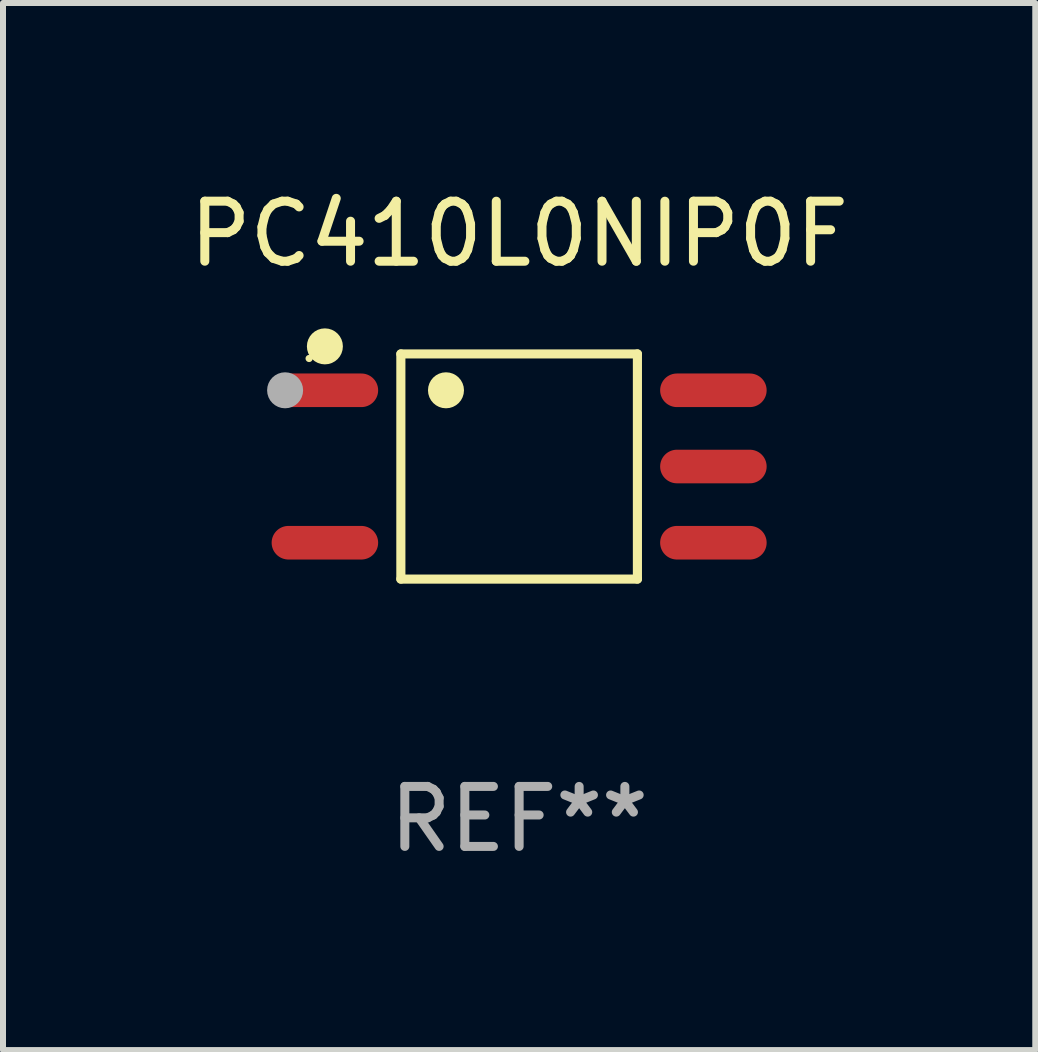
<source format=kicad_pcb>
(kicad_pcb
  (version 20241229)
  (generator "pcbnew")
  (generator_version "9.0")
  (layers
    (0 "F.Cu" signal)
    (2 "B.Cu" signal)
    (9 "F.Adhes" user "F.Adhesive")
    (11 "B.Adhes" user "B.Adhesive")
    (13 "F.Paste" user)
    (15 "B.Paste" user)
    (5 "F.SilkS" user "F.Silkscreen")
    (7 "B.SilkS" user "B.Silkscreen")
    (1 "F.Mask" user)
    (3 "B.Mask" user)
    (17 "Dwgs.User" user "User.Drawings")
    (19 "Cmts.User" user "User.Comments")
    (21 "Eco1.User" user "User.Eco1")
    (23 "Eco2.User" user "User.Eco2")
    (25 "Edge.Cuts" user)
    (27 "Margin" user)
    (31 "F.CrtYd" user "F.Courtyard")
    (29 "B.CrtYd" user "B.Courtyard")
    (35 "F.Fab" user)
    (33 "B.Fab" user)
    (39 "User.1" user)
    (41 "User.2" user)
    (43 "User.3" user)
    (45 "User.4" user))
  (footprint "PC410L0NIP0F"
    (layer "F.Cu")
    (at 5.601 4.724)
    (property "Reference" "PC410L0NIP0F" (at 0 -3.876 0) (layer "F.SilkS") (effects (font (size 1 1) (thickness 0.15))))
    (attr through_hole)
    (fp_line (start -1.971 -1.876) (end 1.971 -1.876) (stroke (width 0.152) (type solid)) (layer "F.SilkS"))
    (fp_line (start -1.971 1.876) (end -1.971 -1.876) (stroke (width 0.152) (type solid)) (layer "F.SilkS"))
    (fp_line (start 1.971 -1.876) (end 1.971 1.876) (stroke (width 0.152) (type solid)) (layer "F.SilkS"))
    (fp_line (start 1.971 1.876) (end -1.971 1.876) (stroke (width 0.152) (type solid)) (layer "F.SilkS"))
    (fp_circle (center -3.5 -1.8) (end -3.47 -1.8) (stroke (width 0.06) (type solid)) (fill no) (layer "F.SilkS"))
    (fp_circle (center -3.237 -2.002) (end -3.087 -2.002) (stroke (width 0.3) (type solid)) (fill no) (layer "F.SilkS"))
    (fp_circle (center -1.219 -1.27) (end -1.069 -1.27) (stroke (width 0.3) (type solid)) (fill no) (layer "F.SilkS"))
    (fp_circle (center -3.9 -1.27) (end -3.75 -1.27) (stroke (width 0.3) (type solid)) (fill no) (layer "F.Fab"))
    (fp_text user "REF**" (at 0 5.876 0) (layer "F.Fab") (effects (font (size 1 1) (thickness 0.15))))
    (pad "1" smd oval (at -3.237 -1.27 270) (size 0.56 1.775) (layers "F.Cu" "F.Mask" "F.Paste"))
    (pad "3" smd oval (at -3.237 1.27 270) (size 0.56 1.775) (layers "F.Cu" "F.Mask" "F.Paste"))
    (pad "4" smd oval (at 3.237 1.27 270) (size 0.56 1.775) (layers "F.Cu" "F.Mask" "F.Paste"))
    (pad "5" smd oval (at 3.237 0 270) (size 0.56 1.775) (layers "F.Cu" "F.Mask" "F.Paste"))
    (pad "6" smd oval (at 3.237 -1.27 270) (size 0.56 1.775) (layers "F.Cu" "F.Mask" "F.Paste")))
  (gr_rect
    (start -3 -3)
    (end 14.202 14.449)
    (stroke (width 0.1) (type default))
    (fill no)
    (layer "Edge.Cuts")))
</source>
